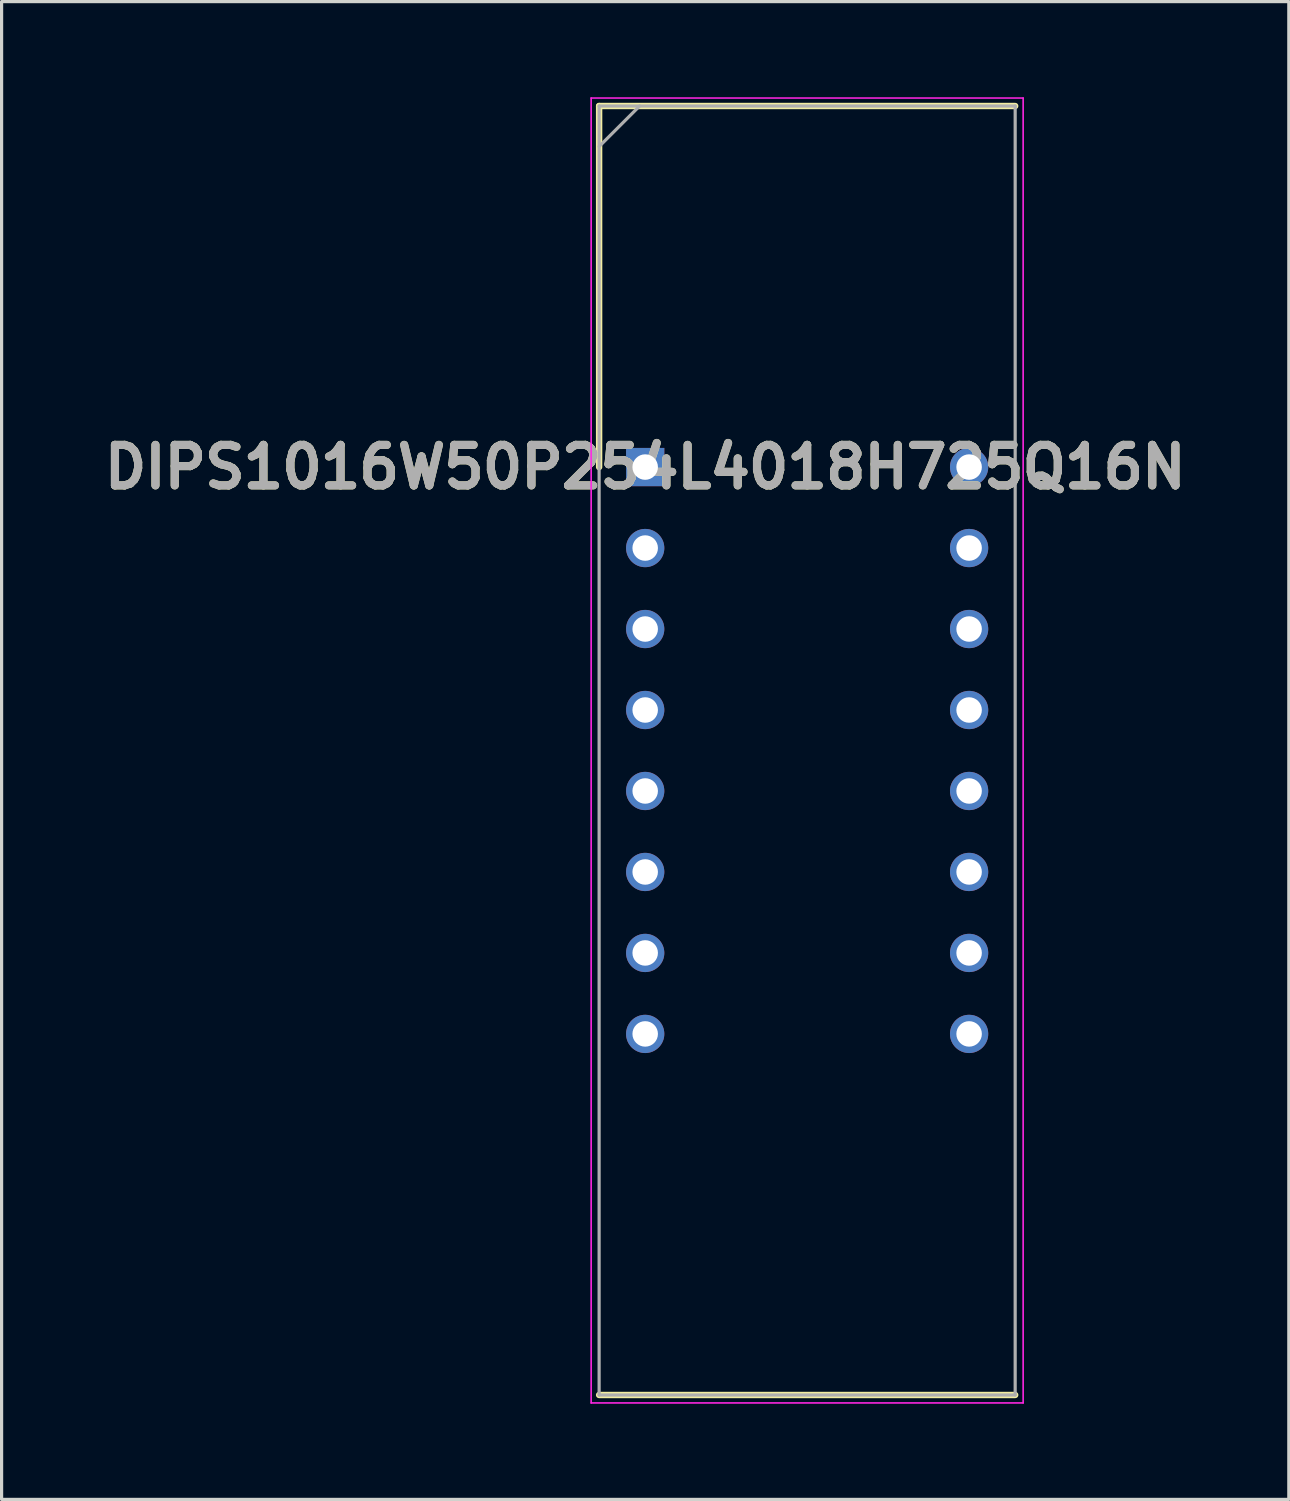
<source format=kicad_pcb>
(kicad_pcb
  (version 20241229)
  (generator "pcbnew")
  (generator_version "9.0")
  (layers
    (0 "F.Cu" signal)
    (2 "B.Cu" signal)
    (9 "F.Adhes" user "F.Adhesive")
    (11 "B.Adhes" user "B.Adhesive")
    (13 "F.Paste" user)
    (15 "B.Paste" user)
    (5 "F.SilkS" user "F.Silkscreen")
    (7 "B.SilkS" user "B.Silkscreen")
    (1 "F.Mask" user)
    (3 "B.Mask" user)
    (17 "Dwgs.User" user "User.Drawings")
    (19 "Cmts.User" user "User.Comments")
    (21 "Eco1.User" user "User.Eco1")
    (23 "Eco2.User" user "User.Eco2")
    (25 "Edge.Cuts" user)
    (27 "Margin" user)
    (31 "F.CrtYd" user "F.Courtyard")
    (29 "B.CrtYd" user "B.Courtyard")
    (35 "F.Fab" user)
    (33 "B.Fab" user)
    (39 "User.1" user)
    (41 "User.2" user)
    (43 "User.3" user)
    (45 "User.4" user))
  (footprint "DIPS1016W50P254L4018H725Q16N"
    (layer "F.Cu")
    (at 17.187 11.6)
    (property "Reference" "DIPS1016W50P254L4018H725Q16N" (at 0 0 0) (layer "F.SilkS") (effects (font (size 1.27 1.27) (thickness 0.254))))
    (attr through_hole)
    (fp_line (start -1.445 -11.325) (end -1.445 0) (stroke (width 0.2) (type solid)) (layer "F.SilkS"))
    (fp_line (start -1.445 29.105) (end 11.605 29.105) (stroke (width 0.2) (type solid)) (layer "F.SilkS"))
    (fp_line (start 11.605 -11.325) (end -1.445 -11.325) (stroke (width 0.2) (type solid)) (layer "F.SilkS"))
    (fp_line (start -1.695 -11.575) (end 11.855 -11.575) (stroke (width 0.05) (type solid)) (layer "F.CrtYd"))
    (fp_line (start -1.695 29.355) (end -1.695 -11.575) (stroke (width 0.05) (type solid)) (layer "F.CrtYd"))
    (fp_line (start 11.855 -11.575) (end 11.855 29.355) (stroke (width 0.05) (type solid)) (layer "F.CrtYd"))
    (fp_line (start 11.855 29.355) (end -1.695 29.355) (stroke (width 0.05) (type solid)) (layer "F.CrtYd"))
    (fp_line (start -1.445 -11.325) (end 11.605 -11.325) (stroke (width 0.1) (type solid)) (layer "F.Fab"))
    (fp_line (start -1.445 -10.055) (end -0.175 -11.325) (stroke (width 0.1) (type solid)) (layer "F.Fab"))
    (fp_line (start -1.445 29.105) (end -1.445 -11.325) (stroke (width 0.1) (type solid)) (layer "F.Fab"))
    (fp_line (start 11.605 -11.325) (end 11.605 29.105) (stroke (width 0.1) (type solid)) (layer "F.Fab"))
    (fp_line (start 11.605 29.105) (end -1.445 29.105) (stroke (width 0.1) (type solid)) (layer "F.Fab"))
    (fp_text user "${REFERENCE}" (at 0 0 0) (layer "F.Fab") (effects (font (size 1.27 1.27) (thickness 0.254))))
    (pad "1" thru_hole rect (at 0 0) (size 1.2 1.2) (drill 0.8) (layers "*.Cu" "*.Mask"))
    (pad "2" thru_hole circle (at 0 2.54) (size 1.2 1.2) (drill 0.8) (layers "*.Cu" "*.Mask"))
    (pad "3" thru_hole circle (at 0 5.08) (size 1.2 1.2) (drill 0.8) (layers "*.Cu" "*.Mask"))
    (pad "4" thru_hole circle (at 0 7.62) (size 1.2 1.2) (drill 0.8) (layers "*.Cu" "*.Mask"))
    (pad "5" thru_hole circle (at 0 10.16) (size 1.2 1.2) (drill 0.8) (layers "*.Cu" "*.Mask"))
    (pad "6" thru_hole circle (at 0 12.7) (size 1.2 1.2) (drill 0.8) (layers "*.Cu" "*.Mask"))
    (pad "7" thru_hole circle (at 0 15.24) (size 1.2 1.2) (drill 0.8) (layers "*.Cu" "*.Mask"))
    (pad "8" thru_hole circle (at 0 17.78) (size 1.2 1.2) (drill 0.8) (layers "*.Cu" "*.Mask"))
    (pad "9" thru_hole circle (at 10.16 17.78) (size 1.2 1.2) (drill 0.8) (layers "*.Cu" "*.Mask"))
    (pad "10" thru_hole circle (at 10.16 15.24) (size 1.2 1.2) (drill 0.8) (layers "*.Cu" "*.Mask"))
    (pad "11" thru_hole circle (at 10.16 12.7) (size 1.2 1.2) (drill 0.8) (layers "*.Cu" "*.Mask"))
    (pad "12" thru_hole circle (at 10.16 10.16) (size 1.2 1.2) (drill 0.8) (layers "*.Cu" "*.Mask"))
    (pad "13" thru_hole circle (at 10.16 7.62) (size 1.2 1.2) (drill 0.8) (layers "*.Cu" "*.Mask"))
    (pad "14" thru_hole circle (at 10.16 5.08) (size 1.2 1.2) (drill 0.8) (layers "*.Cu" "*.Mask"))
    (pad "15" thru_hole circle (at 10.16 2.54) (size 1.2 1.2) (drill 0.8) (layers "*.Cu" "*.Mask"))
    (pad "16" thru_hole circle (at 10.16 0) (size 1.2 1.2) (drill 0.8) (layers "*.Cu" "*.Mask")))
  (gr_rect
    (start -3 -3)
    (end 37.375 43.98)
    (stroke (width 0.1) (type default))
    (fill no)
    (layer "Edge.Cuts")))
</source>
